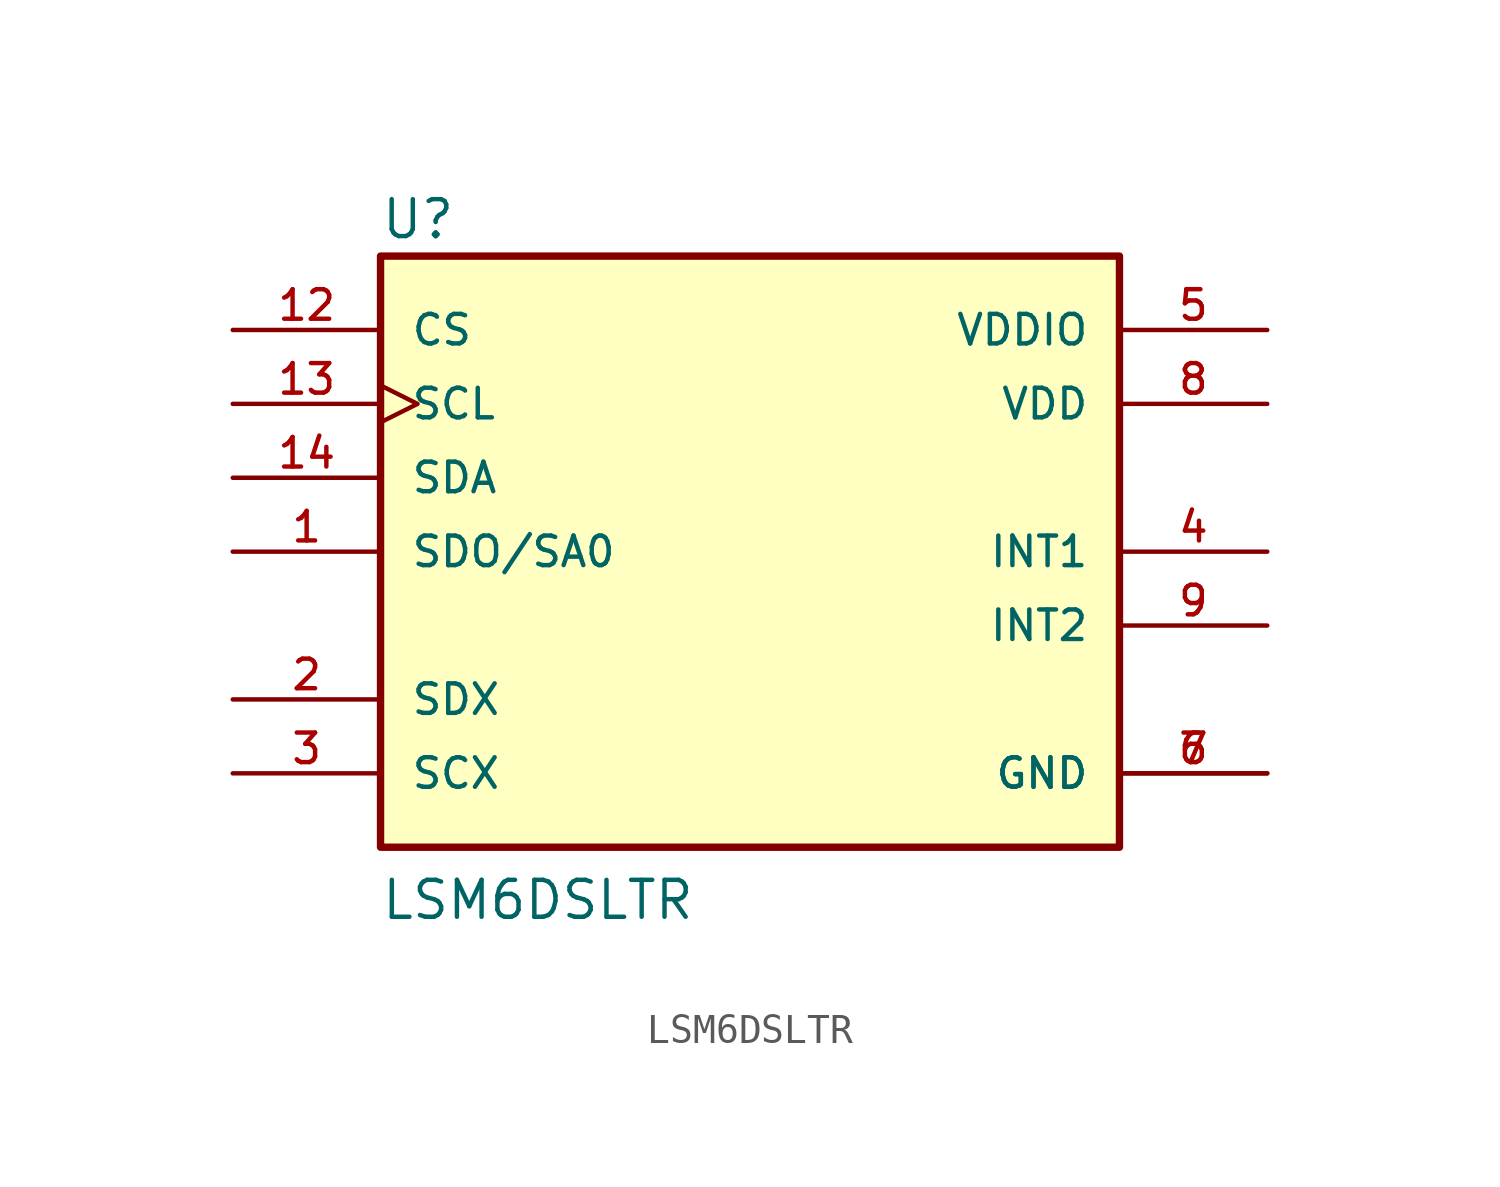
<source format=kicad_sym>
(kicad_symbol_lib
  (version 20211014)
  (generator kicad_symbol_editor)
  (symbol "LSM6DSLTR"
    (pin_names
      (offset 1.016))
    (property "Reference" "U"
      (at -12.719 10.684 0)
      (effects (font (size 1.27 1.27)) (justify bottom left)))
    (property "Value" "LSM6DSLTR"
      (at -12.714 -12.714 0)
      (effects (font (size 1.27 1.27)) (justify bottom left)))
    (symbol "LSM6DSLTR_0_0"
      (rectangle (start -12.7 -10.16) (end 12.7 10.16) (stroke (width 0.254)) (fill (type background)))
      (pin bidirectional line (at -17.78 0.0 0) (length 5.08) (name "SDO/SA0" (effects (font (size 1.016 1.016)))) (number "1" (effects (font (size 1.016 1.016)))))
      (pin bidirectional line (at -17.78 -5.08 0) (length 5.08) (name "SDX" (effects (font (size 1.016 1.016)))) (number "2" (effects (font (size 1.016 1.016)))))
      (pin bidirectional line (at -17.78 -7.62 0) (length 5.08) (name "SCX" (effects (font (size 1.016 1.016)))) (number "3" (effects (font (size 1.016 1.016)))))
      (pin output line (at 17.78 0.0 180.0) (length 5.08) (name "INT1" (effects (font (size 1.016 1.016)))) (number "4" (effects (font (size 1.016 1.016)))))
      (pin power_in line (at 17.78 7.62 180.0) (length 5.08) (name "VDDIO" (effects (font (size 1.016 1.016)))) (number "5" (effects (font (size 1.016 1.016)))))
      (pin power_in line (at 17.78 5.08 180.0) (length 5.08) (name "VDD" (effects (font (size 1.016 1.016)))) (number "8" (effects (font (size 1.016 1.016)))))
      (pin input line (at -17.78 7.62 0) (length 5.08) (name "CS" (effects (font (size 1.016 1.016)))) (number "12" (effects (font (size 1.016 1.016)))))
      (pin input clock (at -17.78 5.08 0) (length 5.08) (name "SCL" (effects (font (size 1.016 1.016)))) (number "13" (effects (font (size 1.016 1.016)))))
      (pin bidirectional line (at -17.78 2.54 0) (length 5.08) (name "SDA" (effects (font (size 1.016 1.016)))) (number "14" (effects (font (size 1.016 1.016)))))
      (pin power_in line (at 17.78 -7.62 180.0) (length 5.08) (name "GND" (effects (font (size 1.016 1.016)))) (number "6" (effects (font (size 1.016 1.016)))))
      (pin power_in line (at 17.78 -7.62 180.0) (length 5.08) (name "GND" (effects (font (size 1.016 1.016)))) (number "7" (effects (font (size 1.016 1.016)))))
      (pin output line (at 17.78 -2.54 180.0) (length 5.08) (name "INT2" (effects (font (size 1.016 1.016)))) (number "9" (effects (font (size 1.016 1.016))))))))
</source>
